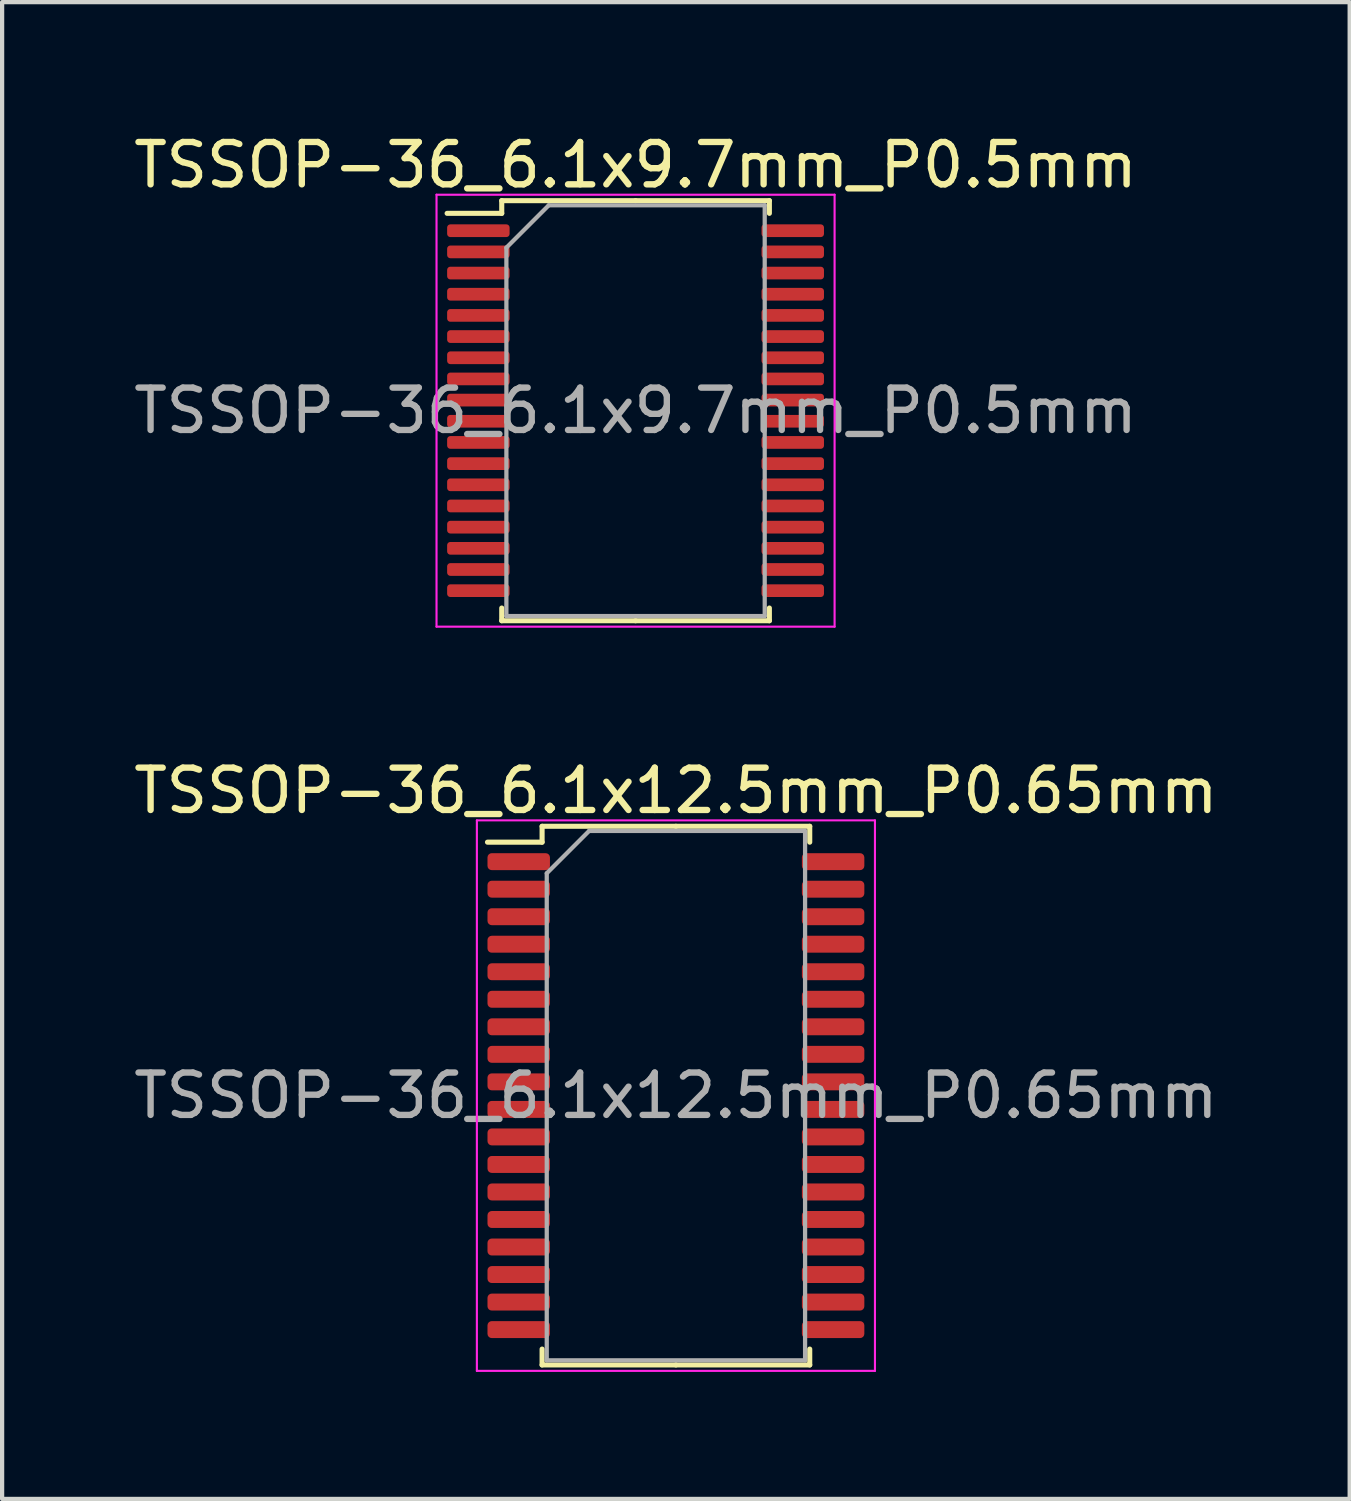
<source format=kicad_pcb>
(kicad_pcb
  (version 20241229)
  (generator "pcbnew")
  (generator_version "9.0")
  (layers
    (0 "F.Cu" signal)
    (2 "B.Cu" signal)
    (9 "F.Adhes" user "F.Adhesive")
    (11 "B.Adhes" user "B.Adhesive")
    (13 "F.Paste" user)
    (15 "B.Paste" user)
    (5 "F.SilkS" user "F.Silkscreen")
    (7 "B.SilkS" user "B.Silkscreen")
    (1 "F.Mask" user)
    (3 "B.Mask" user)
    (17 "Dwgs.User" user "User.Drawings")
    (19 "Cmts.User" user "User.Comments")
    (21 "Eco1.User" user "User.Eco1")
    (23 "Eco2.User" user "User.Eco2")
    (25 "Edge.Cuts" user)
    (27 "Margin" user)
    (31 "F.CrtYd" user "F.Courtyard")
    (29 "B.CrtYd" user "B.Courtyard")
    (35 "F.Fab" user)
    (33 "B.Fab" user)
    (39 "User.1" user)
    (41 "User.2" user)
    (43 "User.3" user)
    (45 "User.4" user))
  (footprint "TSSOP-36_6.1x9.7mm_P0.5mm"
    (layer "F.Cu")
    (at 11.958 6.648)
    (property "Reference" "TSSOP-36_6.1x9.7mm_P0.5mm" (at 0 -5.8 0) (layer "F.SilkS") (effects (font (size 1 1) (thickness 0.15))))
    (attr smd)
    (fp_line (start -3.16 -4.96) (end -3.16 -4.66) (stroke (width 0.12) (type solid)) (layer "F.SilkS"))
    (fp_line (start -3.16 -4.66) (end -4.45 -4.66) (stroke (width 0.12) (type solid)) (layer "F.SilkS"))
    (fp_line (start -3.16 4.96) (end -3.16 4.66) (stroke (width 0.12) (type solid)) (layer "F.SilkS"))
    (fp_line (start 0 -4.96) (end -3.16 -4.96) (stroke (width 0.12) (type solid)) (layer "F.SilkS"))
    (fp_line (start 0 -4.96) (end 3.16 -4.96) (stroke (width 0.12) (type solid)) (layer "F.SilkS"))
    (fp_line (start 0 4.96) (end -3.16 4.96) (stroke (width 0.12) (type solid)) (layer "F.SilkS"))
    (fp_line (start 0 4.96) (end 3.16 4.96) (stroke (width 0.12) (type solid)) (layer "F.SilkS"))
    (fp_line (start 3.16 -4.96) (end 3.16 -4.66) (stroke (width 0.12) (type solid)) (layer "F.SilkS"))
    (fp_line (start 3.16 4.96) (end 3.16 4.66) (stroke (width 0.12) (type solid)) (layer "F.SilkS"))
    (fp_line (start -4.7 -5.1) (end -4.7 5.1) (stroke (width 0.05) (type solid)) (layer "F.CrtYd"))
    (fp_line (start -4.7 5.1) (end 4.7 5.1) (stroke (width 0.05) (type solid)) (layer "F.CrtYd"))
    (fp_line (start 4.7 -5.1) (end -4.7 -5.1) (stroke (width 0.05) (type solid)) (layer "F.CrtYd"))
    (fp_line (start 4.7 5.1) (end 4.7 -5.1) (stroke (width 0.05) (type solid)) (layer "F.CrtYd"))
    (fp_line (start -3.05 -3.85) (end -2.05 -4.85) (stroke (width 0.1) (type solid)) (layer "F.Fab"))
    (fp_line (start -3.05 4.85) (end -3.05 -3.85) (stroke (width 0.1) (type solid)) (layer "F.Fab"))
    (fp_line (start -2.05 -4.85) (end 3.05 -4.85) (stroke (width 0.1) (type solid)) (layer "F.Fab"))
    (fp_line (start 3.05 -4.85) (end 3.05 4.85) (stroke (width 0.1) (type solid)) (layer "F.Fab"))
    (fp_line (start 3.05 4.85) (end -3.05 4.85) (stroke (width 0.1) (type solid)) (layer "F.Fab"))
    (fp_text user "${REFERENCE}" (at 0 0 0) (layer "F.Fab") (effects (font (size 1 1) (thickness 0.15))))
    (pad "1" smd roundrect (at -3.712 -4.25) (size 1.475 0.3) (layers "F.Cu" "F.Mask" "F.Paste") (roundrect_rratio 0.25))
    (pad "2" smd roundrect (at -3.712 -3.75) (size 1.475 0.3) (layers "F.Cu" "F.Mask" "F.Paste") (roundrect_rratio 0.25))
    (pad "3" smd roundrect (at -3.712 -3.25) (size 1.475 0.3) (layers "F.Cu" "F.Mask" "F.Paste") (roundrect_rratio 0.25))
    (pad "4" smd roundrect (at -3.712 -2.75) (size 1.475 0.3) (layers "F.Cu" "F.Mask" "F.Paste") (roundrect_rratio 0.25))
    (pad "5" smd roundrect (at -3.712 -2.25) (size 1.475 0.3) (layers "F.Cu" "F.Mask" "F.Paste") (roundrect_rratio 0.25))
    (pad "6" smd roundrect (at -3.712 -1.75) (size 1.475 0.3) (layers "F.Cu" "F.Mask" "F.Paste") (roundrect_rratio 0.25))
    (pad "7" smd roundrect (at -3.712 -1.25) (size 1.475 0.3) (layers "F.Cu" "F.Mask" "F.Paste") (roundrect_rratio 0.25))
    (pad "8" smd roundrect (at -3.712 -0.75) (size 1.475 0.3) (layers "F.Cu" "F.Mask" "F.Paste") (roundrect_rratio 0.25))
    (pad "9" smd roundrect (at -3.712 -0.25) (size 1.475 0.3) (layers "F.Cu" "F.Mask" "F.Paste") (roundrect_rratio 0.25))
    (pad "10" smd roundrect (at -3.712 0.25) (size 1.475 0.3) (layers "F.Cu" "F.Mask" "F.Paste") (roundrect_rratio 0.25))
    (pad "11" smd roundrect (at -3.712 0.75) (size 1.475 0.3) (layers "F.Cu" "F.Mask" "F.Paste") (roundrect_rratio 0.25))
    (pad "12" smd roundrect (at -3.712 1.25) (size 1.475 0.3) (layers "F.Cu" "F.Mask" "F.Paste") (roundrect_rratio 0.25))
    (pad "13" smd roundrect (at -3.712 1.75) (size 1.475 0.3) (layers "F.Cu" "F.Mask" "F.Paste") (roundrect_rratio 0.25))
    (pad "14" smd roundrect (at -3.712 2.25) (size 1.475 0.3) (layers "F.Cu" "F.Mask" "F.Paste") (roundrect_rratio 0.25))
    (pad "15" smd roundrect (at -3.712 2.75) (size 1.475 0.3) (layers "F.Cu" "F.Mask" "F.Paste") (roundrect_rratio 0.25))
    (pad "16" smd roundrect (at -3.712 3.25) (size 1.475 0.3) (layers "F.Cu" "F.Mask" "F.Paste") (roundrect_rratio 0.25))
    (pad "17" smd roundrect (at -3.712 3.75) (size 1.475 0.3) (layers "F.Cu" "F.Mask" "F.Paste") (roundrect_rratio 0.25))
    (pad "18" smd roundrect (at -3.712 4.25) (size 1.475 0.3) (layers "F.Cu" "F.Mask" "F.Paste") (roundrect_rratio 0.25))
    (pad "19" smd roundrect (at 3.712 4.25) (size 1.475 0.3) (layers "F.Cu" "F.Mask" "F.Paste") (roundrect_rratio 0.25))
    (pad "20" smd roundrect (at 3.712 3.75) (size 1.475 0.3) (layers "F.Cu" "F.Mask" "F.Paste") (roundrect_rratio 0.25))
    (pad "21" smd roundrect (at 3.712 3.25) (size 1.475 0.3) (layers "F.Cu" "F.Mask" "F.Paste") (roundrect_rratio 0.25))
    (pad "22" smd roundrect (at 3.712 2.75) (size 1.475 0.3) (layers "F.Cu" "F.Mask" "F.Paste") (roundrect_rratio 0.25))
    (pad "23" smd roundrect (at 3.712 2.25) (size 1.475 0.3) (layers "F.Cu" "F.Mask" "F.Paste") (roundrect_rratio 0.25))
    (pad "24" smd roundrect (at 3.712 1.75) (size 1.475 0.3) (layers "F.Cu" "F.Mask" "F.Paste") (roundrect_rratio 0.25))
    (pad "25" smd roundrect (at 3.712 1.25) (size 1.475 0.3) (layers "F.Cu" "F.Mask" "F.Paste") (roundrect_rratio 0.25))
    (pad "26" smd roundrect (at 3.712 0.75) (size 1.475 0.3) (layers "F.Cu" "F.Mask" "F.Paste") (roundrect_rratio 0.25))
    (pad "27" smd roundrect (at 3.712 0.25) (size 1.475 0.3) (layers "F.Cu" "F.Mask" "F.Paste") (roundrect_rratio 0.25))
    (pad "28" smd roundrect (at 3.712 -0.25) (size 1.475 0.3) (layers "F.Cu" "F.Mask" "F.Paste") (roundrect_rratio 0.25))
    (pad "29" smd roundrect (at 3.712 -0.75) (size 1.475 0.3) (layers "F.Cu" "F.Mask" "F.Paste") (roundrect_rratio 0.25))
    (pad "30" smd roundrect (at 3.712 -1.25) (size 1.475 0.3) (layers "F.Cu" "F.Mask" "F.Paste") (roundrect_rratio 0.25))
    (pad "31" smd roundrect (at 3.712 -1.75) (size 1.475 0.3) (layers "F.Cu" "F.Mask" "F.Paste") (roundrect_rratio 0.25))
    (pad "32" smd roundrect (at 3.712 -2.25) (size 1.475 0.3) (layers "F.Cu" "F.Mask" "F.Paste") (roundrect_rratio 0.25))
    (pad "33" smd roundrect (at 3.712 -2.75) (size 1.475 0.3) (layers "F.Cu" "F.Mask" "F.Paste") (roundrect_rratio 0.25))
    (pad "34" smd roundrect (at 3.712 -3.25) (size 1.475 0.3) (layers "F.Cu" "F.Mask" "F.Paste") (roundrect_rratio 0.25))
    (pad "35" smd roundrect (at 3.712 -3.75) (size 1.475 0.3) (layers "F.Cu" "F.Mask" "F.Paste") (roundrect_rratio 0.25))
    (pad "36" smd roundrect (at 3.712 -4.25) (size 1.475 0.3) (layers "F.Cu" "F.Mask" "F.Paste") (roundrect_rratio 0.25)))
  (footprint "TSSOP-36_6.1x12.5mm_P0.65mm"
    (layer "F.Cu")
    (at 12.911 22.822)
    (property "Reference" "TSSOP-36_6.1x12.5mm_P0.65mm" (at 0 -7.2 0) (layer "F.SilkS") (effects (font (size 1 1) (thickness 0.15))))
    (attr smd)
    (fp_line (start -3.16 -6.36) (end -3.16 -5.985) (stroke (width 0.12) (type solid)) (layer "F.SilkS"))
    (fp_line (start -3.16 -5.985) (end -4.45 -5.985) (stroke (width 0.12) (type solid)) (layer "F.SilkS"))
    (fp_line (start -3.16 6.36) (end -3.16 5.985) (stroke (width 0.12) (type solid)) (layer "F.SilkS"))
    (fp_line (start 0 -6.36) (end -3.16 -6.36) (stroke (width 0.12) (type solid)) (layer "F.SilkS"))
    (fp_line (start 0 -6.36) (end 3.16 -6.36) (stroke (width 0.12) (type solid)) (layer "F.SilkS"))
    (fp_line (start 0 6.36) (end -3.16 6.36) (stroke (width 0.12) (type solid)) (layer "F.SilkS"))
    (fp_line (start 0 6.36) (end 3.16 6.36) (stroke (width 0.12) (type solid)) (layer "F.SilkS"))
    (fp_line (start 3.16 -6.36) (end 3.16 -5.985) (stroke (width 0.12) (type solid)) (layer "F.SilkS"))
    (fp_line (start 3.16 6.36) (end 3.16 5.985) (stroke (width 0.12) (type solid)) (layer "F.SilkS"))
    (fp_line (start -4.7 -6.5) (end -4.7 6.5) (stroke (width 0.05) (type solid)) (layer "F.CrtYd"))
    (fp_line (start -4.7 6.5) (end 4.7 6.5) (stroke (width 0.05) (type solid)) (layer "F.CrtYd"))
    (fp_line (start 4.7 -6.5) (end -4.7 -6.5) (stroke (width 0.05) (type solid)) (layer "F.CrtYd"))
    (fp_line (start 4.7 6.5) (end 4.7 -6.5) (stroke (width 0.05) (type solid)) (layer "F.CrtYd"))
    (fp_line (start -3.05 -5.25) (end -2.05 -6.25) (stroke (width 0.1) (type solid)) (layer "F.Fab"))
    (fp_line (start -3.05 6.25) (end -3.05 -5.25) (stroke (width 0.1) (type solid)) (layer "F.Fab"))
    (fp_line (start -2.05 -6.25) (end 3.05 -6.25) (stroke (width 0.1) (type solid)) (layer "F.Fab"))
    (fp_line (start 3.05 -6.25) (end 3.05 6.25) (stroke (width 0.1) (type solid)) (layer "F.Fab"))
    (fp_line (start 3.05 6.25) (end -3.05 6.25) (stroke (width 0.1) (type solid)) (layer "F.Fab"))
    (fp_text user "${REFERENCE}" (at 0 0 0) (layer "F.Fab") (effects (font (size 1 1) (thickness 0.15))))
    (pad "1" smd roundrect (at -3.712 -5.525) (size 1.475 0.4) (layers "F.Cu" "F.Mask" "F.Paste") (roundrect_rratio 0.25))
    (pad "2" smd roundrect (at -3.712 -4.875) (size 1.475 0.4) (layers "F.Cu" "F.Mask" "F.Paste") (roundrect_rratio 0.25))
    (pad "3" smd roundrect (at -3.712 -4.225) (size 1.475 0.4) (layers "F.Cu" "F.Mask" "F.Paste") (roundrect_rratio 0.25))
    (pad "4" smd roundrect (at -3.712 -3.575) (size 1.475 0.4) (layers "F.Cu" "F.Mask" "F.Paste") (roundrect_rratio 0.25))
    (pad "5" smd roundrect (at -3.712 -2.925) (size 1.475 0.4) (layers "F.Cu" "F.Mask" "F.Paste") (roundrect_rratio 0.25))
    (pad "6" smd roundrect (at -3.712 -2.275) (size 1.475 0.4) (layers "F.Cu" "F.Mask" "F.Paste") (roundrect_rratio 0.25))
    (pad "7" smd roundrect (at -3.712 -1.625) (size 1.475 0.4) (layers "F.Cu" "F.Mask" "F.Paste") (roundrect_rratio 0.25))
    (pad "8" smd roundrect (at -3.712 -0.975) (size 1.475 0.4) (layers "F.Cu" "F.Mask" "F.Paste") (roundrect_rratio 0.25))
    (pad "9" smd roundrect (at -3.712 -0.325) (size 1.475 0.4) (layers "F.Cu" "F.Mask" "F.Paste") (roundrect_rratio 0.25))
    (pad "10" smd roundrect (at -3.712 0.325) (size 1.475 0.4) (layers "F.Cu" "F.Mask" "F.Paste") (roundrect_rratio 0.25))
    (pad "11" smd roundrect (at -3.712 0.975) (size 1.475 0.4) (layers "F.Cu" "F.Mask" "F.Paste") (roundrect_rratio 0.25))
    (pad "12" smd roundrect (at -3.712 1.625) (size 1.475 0.4) (layers "F.Cu" "F.Mask" "F.Paste") (roundrect_rratio 0.25))
    (pad "13" smd roundrect (at -3.712 2.275) (size 1.475 0.4) (layers "F.Cu" "F.Mask" "F.Paste") (roundrect_rratio 0.25))
    (pad "14" smd roundrect (at -3.712 2.925) (size 1.475 0.4) (layers "F.Cu" "F.Mask" "F.Paste") (roundrect_rratio 0.25))
    (pad "15" smd roundrect (at -3.712 3.575) (size 1.475 0.4) (layers "F.Cu" "F.Mask" "F.Paste") (roundrect_rratio 0.25))
    (pad "16" smd roundrect (at -3.712 4.225) (size 1.475 0.4) (layers "F.Cu" "F.Mask" "F.Paste") (roundrect_rratio 0.25))
    (pad "17" smd roundrect (at -3.712 4.875) (size 1.475 0.4) (layers "F.Cu" "F.Mask" "F.Paste") (roundrect_rratio 0.25))
    (pad "18" smd roundrect (at -3.712 5.525) (size 1.475 0.4) (layers "F.Cu" "F.Mask" "F.Paste") (roundrect_rratio 0.25))
    (pad "19" smd roundrect (at 3.712 5.525) (size 1.475 0.4) (layers "F.Cu" "F.Mask" "F.Paste") (roundrect_rratio 0.25))
    (pad "20" smd roundrect (at 3.712 4.875) (size 1.475 0.4) (layers "F.Cu" "F.Mask" "F.Paste") (roundrect_rratio 0.25))
    (pad "21" smd roundrect (at 3.712 4.225) (size 1.475 0.4) (layers "F.Cu" "F.Mask" "F.Paste") (roundrect_rratio 0.25))
    (pad "22" smd roundrect (at 3.712 3.575) (size 1.475 0.4) (layers "F.Cu" "F.Mask" "F.Paste") (roundrect_rratio 0.25))
    (pad "23" smd roundrect (at 3.712 2.925) (size 1.475 0.4) (layers "F.Cu" "F.Mask" "F.Paste") (roundrect_rratio 0.25))
    (pad "24" smd roundrect (at 3.712 2.275) (size 1.475 0.4) (layers "F.Cu" "F.Mask" "F.Paste") (roundrect_rratio 0.25))
    (pad "25" smd roundrect (at 3.712 1.625) (size 1.475 0.4) (layers "F.Cu" "F.Mask" "F.Paste") (roundrect_rratio 0.25))
    (pad "26" smd roundrect (at 3.712 0.975) (size 1.475 0.4) (layers "F.Cu" "F.Mask" "F.Paste") (roundrect_rratio 0.25))
    (pad "27" smd roundrect (at 3.712 0.325) (size 1.475 0.4) (layers "F.Cu" "F.Mask" "F.Paste") (roundrect_rratio 0.25))
    (pad "28" smd roundrect (at 3.712 -0.325) (size 1.475 0.4) (layers "F.Cu" "F.Mask" "F.Paste") (roundrect_rratio 0.25))
    (pad "29" smd roundrect (at 3.712 -0.975) (size 1.475 0.4) (layers "F.Cu" "F.Mask" "F.Paste") (roundrect_rratio 0.25))
    (pad "30" smd roundrect (at 3.712 -1.625) (size 1.475 0.4) (layers "F.Cu" "F.Mask" "F.Paste") (roundrect_rratio 0.25))
    (pad "31" smd roundrect (at 3.712 -2.275) (size 1.475 0.4) (layers "F.Cu" "F.Mask" "F.Paste") (roundrect_rratio 0.25))
    (pad "32" smd roundrect (at 3.712 -2.925) (size 1.475 0.4) (layers "F.Cu" "F.Mask" "F.Paste") (roundrect_rratio 0.25))
    (pad "33" smd roundrect (at 3.712 -3.575) (size 1.475 0.4) (layers "F.Cu" "F.Mask" "F.Paste") (roundrect_rratio 0.25))
    (pad "34" smd roundrect (at 3.712 -4.225) (size 1.475 0.4) (layers "F.Cu" "F.Mask" "F.Paste") (roundrect_rratio 0.25))
    (pad "35" smd roundrect (at 3.712 -4.875) (size 1.475 0.4) (layers "F.Cu" "F.Mask" "F.Paste") (roundrect_rratio 0.25))
    (pad "36" smd roundrect (at 3.712 -5.525) (size 1.475 0.4) (layers "F.Cu" "F.Mask" "F.Paste") (roundrect_rratio 0.25)))
  (gr_rect
    (start -3 -3)
    (end 28.821 32.346)
    (stroke (width 0.1) (type default))
    (fill no)
    (layer "Edge.Cuts")))
</source>
